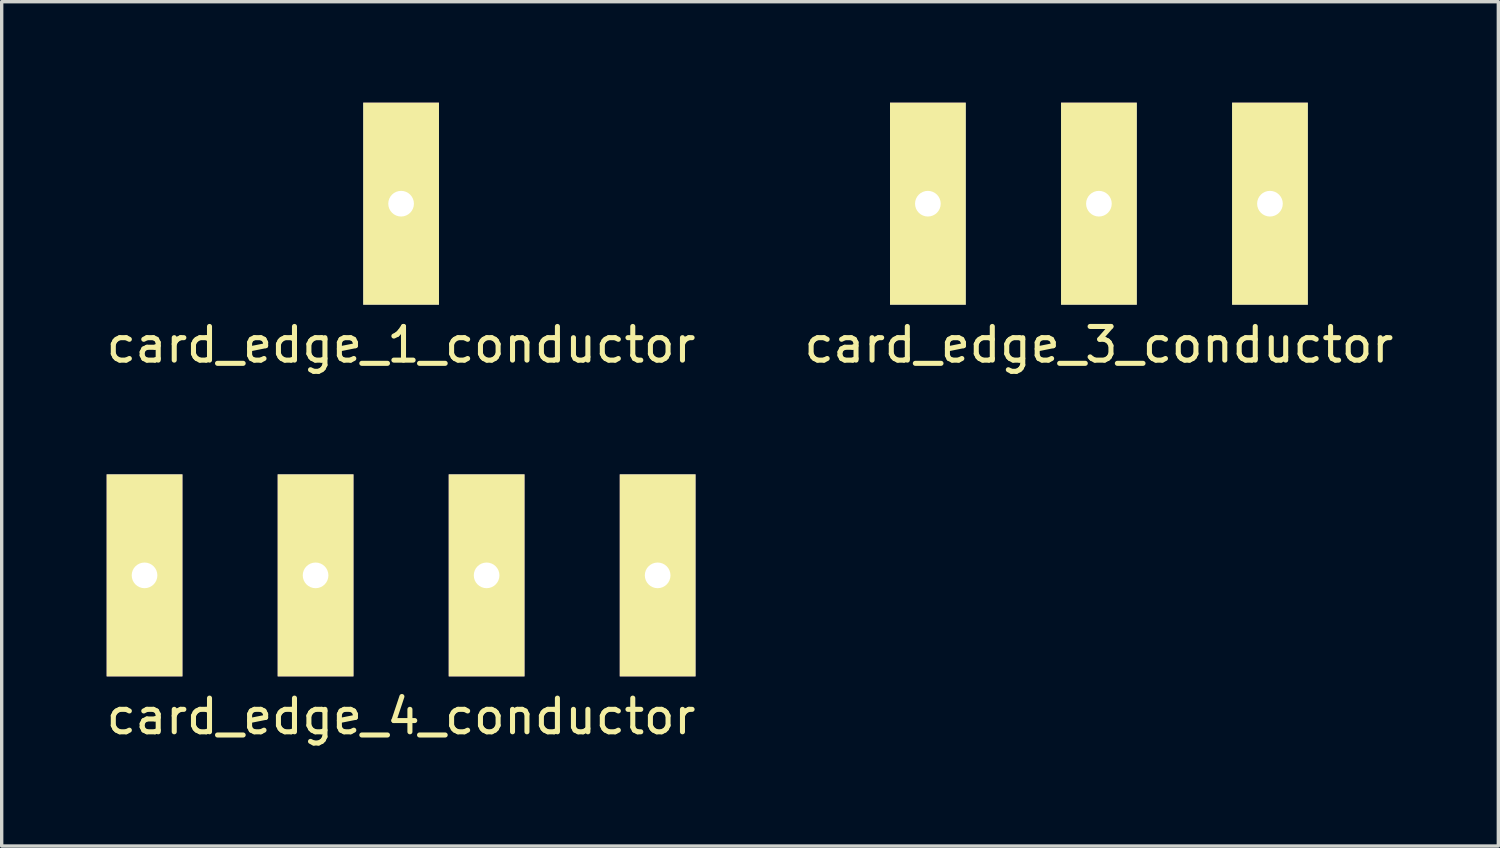
<source format=kicad_pcb>
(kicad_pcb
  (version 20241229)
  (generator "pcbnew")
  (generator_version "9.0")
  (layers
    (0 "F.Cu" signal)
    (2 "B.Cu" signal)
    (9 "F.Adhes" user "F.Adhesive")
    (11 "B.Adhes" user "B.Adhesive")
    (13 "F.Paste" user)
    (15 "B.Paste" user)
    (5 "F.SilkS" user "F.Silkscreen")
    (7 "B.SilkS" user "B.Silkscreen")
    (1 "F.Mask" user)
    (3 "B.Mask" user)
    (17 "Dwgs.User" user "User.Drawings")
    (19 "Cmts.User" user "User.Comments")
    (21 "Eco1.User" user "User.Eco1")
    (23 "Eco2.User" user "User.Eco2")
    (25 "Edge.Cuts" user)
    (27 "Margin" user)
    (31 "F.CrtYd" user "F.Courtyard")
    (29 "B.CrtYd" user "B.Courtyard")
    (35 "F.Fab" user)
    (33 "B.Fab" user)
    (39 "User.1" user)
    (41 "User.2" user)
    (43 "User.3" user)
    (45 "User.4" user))
  (footprint "card_edge_3_conductor"
    (layer "F.Cu")
    (at 29.589 3)
    (property "Reference" "card_edge_3_conductor" (at 0 4.191 0) (layer "F.SilkS") (effects (font (size 1 1) (thickness 0.15))))
    (attr through_hole)
    (pad "1" thru_hole rect (at -5.08 0) (size 2.25 6) (drill 0.762) (layers "*.Cu" "*.Mask" "F.SilkS"))
    (pad "2" thru_hole rect (at 0 0) (size 2.25 6) (drill 0.762) (layers "*.Cu" "*.Mask" "F.SilkS"))
    (pad "3" thru_hole rect (at 5.08 0) (size 2.25 6) (drill 0.762) (layers "*.Cu" "*.Mask" "F.SilkS")))
  (footprint "card_edge_4_conductor"
    (layer "F.Cu")
    (at 8.863 14.039)
    (property "Reference" "card_edge_4_conductor" (at 0 4.191 0) (layer "F.SilkS") (effects (font (size 1 1) (thickness 0.15))))
    (attr through_hole)
    (pad "1" thru_hole rect (at -7.62 0) (size 2.25 6) (drill 0.762) (layers "*.Cu" "*.Mask" "F.SilkS"))
    (pad "2" thru_hole rect (at -2.54 0) (size 2.25 6) (drill 0.762) (layers "*.Cu" "*.Mask" "F.SilkS"))
    (pad "3" thru_hole rect (at 2.54 0) (size 2.25 6) (drill 0.762) (layers "*.Cu" "*.Mask" "F.SilkS"))
    (pad "4" thru_hole rect (at 7.62 0) (size 2.25 6) (drill 0.762) (layers "*.Cu" "*.Mask" "F.SilkS")))
  (footprint "card_edge_1_conductor"
    (layer "F.Cu")
    (at 8.863 3)
    (property "Reference" "card_edge_1_conductor" (at 0 4.191 0) (layer "F.SilkS") (effects (font (size 1 1) (thickness 0.15))))
    (attr through_hole)
    (pad "1" thru_hole rect (at 0 0) (size 2.25 6) (drill 0.762) (layers "*.Cu" "*.Mask" "F.SilkS")))
  (gr_rect
    (start -3 -3)
    (end 41.452 22.078)
    (stroke (width 0.1) (type default))
    (fill no)
    (layer "Edge.Cuts")))
</source>
